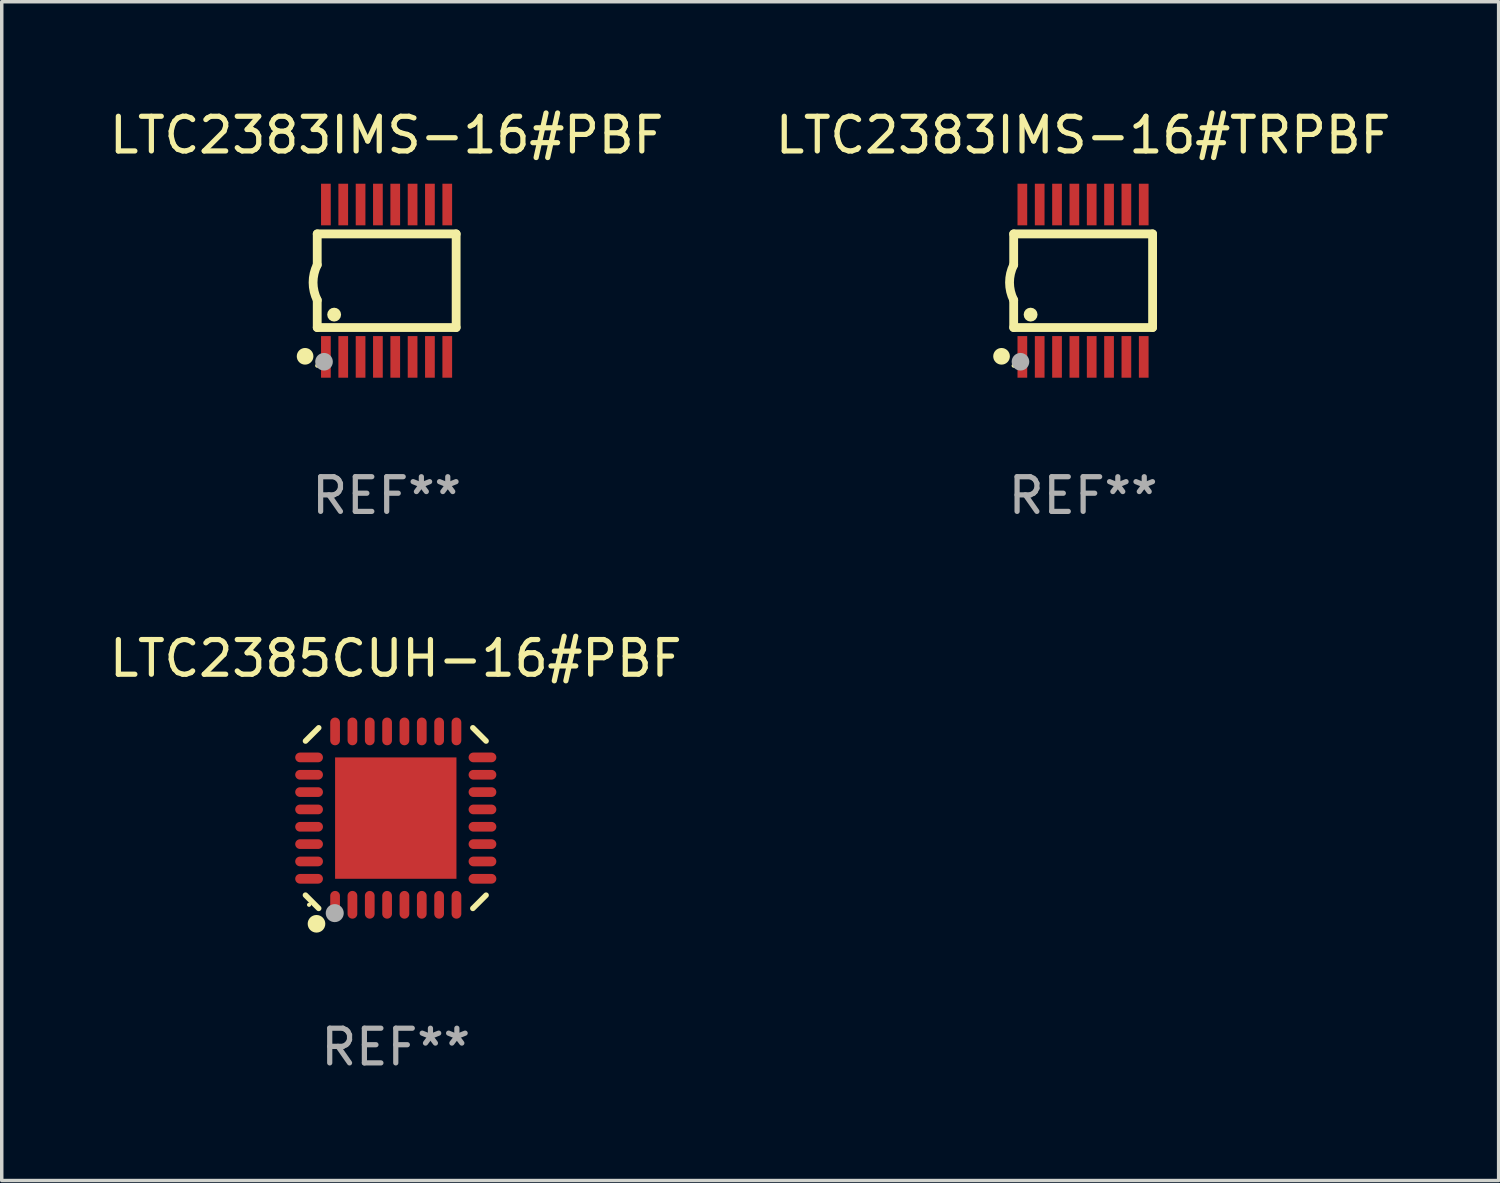
<source format=kicad_pcb>
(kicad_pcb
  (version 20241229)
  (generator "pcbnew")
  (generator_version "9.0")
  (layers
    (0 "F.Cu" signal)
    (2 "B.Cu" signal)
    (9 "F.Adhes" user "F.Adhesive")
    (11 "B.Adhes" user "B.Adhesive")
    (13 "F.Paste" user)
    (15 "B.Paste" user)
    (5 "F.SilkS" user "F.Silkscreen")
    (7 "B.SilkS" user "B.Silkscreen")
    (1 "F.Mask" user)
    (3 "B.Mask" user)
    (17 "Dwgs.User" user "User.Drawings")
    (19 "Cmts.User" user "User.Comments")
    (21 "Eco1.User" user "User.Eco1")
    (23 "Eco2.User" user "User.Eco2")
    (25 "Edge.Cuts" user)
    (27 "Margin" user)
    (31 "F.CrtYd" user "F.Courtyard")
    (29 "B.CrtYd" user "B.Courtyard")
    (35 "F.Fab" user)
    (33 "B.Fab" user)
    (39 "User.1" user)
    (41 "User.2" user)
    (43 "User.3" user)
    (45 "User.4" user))
  (footprint "LTC2383IMS-16#PBF"
    (layer "F.Cu")
    (at 8.101 5.045)
    (property "Reference" "LTC2383IMS-16#PBF" (at 0 -4.197 0) (layer "F.SilkS") (effects (font (size 1 1) (thickness 0.15))))
    (attr through_hole)
    (fp_line (start -2.003 -1.35) (end -2.003 -0.457) (stroke (width 0.254) (type solid)) (layer "F.SilkS"))
    (fp_line (start -2.003 -1.35) (end 2.003 -1.35) (stroke (width 0.254) (type solid)) (layer "F.SilkS"))
    (fp_line (start -2.003 1.35) (end -2.003 0.559) (stroke (width 0.254) (type solid)) (layer "F.SilkS"))
    (fp_line (start -2.003 1.35) (end 2.003 1.35) (stroke (width 0.254) (type solid)) (layer "F.SilkS"))
    (fp_line (start 2.003 -1.35) (end 2.003 1.35) (stroke (width 0.254) (type solid)) (layer "F.SilkS"))
    (fp_arc (start -2.002286 0.558802) (mid -2.122556 0.05092) (end -2.003302 -0.457201) (stroke (width 0.254001) (type solid)) (layer "F.SilkS"))
    (fp_circle (center -2.353 2.18) (end -2.233 2.18) (stroke (width 0.24) (type solid)) (fill no) (layer "F.SilkS"))
    (fp_circle (center -2.003 2.45) (end -1.973 2.45) (stroke (width 0.06) (type solid)) (fill no) (layer "F.SilkS"))
    (fp_circle (center -1.515 0.978) (end -1.415 0.978) (stroke (width 0.2) (type solid)) (fill no) (layer "F.SilkS"))
    (fp_circle (center -1.807 2.337) (end -1.68 2.337) (stroke (width 0.254) (type solid)) (fill no) (layer "F.Fab"))
    (fp_text user "REF**" (at 0 6.197 0) (layer "F.Fab") (effects (font (size 1 1) (thickness 0.15))))
    (pad "1" smd rect (at -1.753 2.197 90) (size 1.2 0.28) (layers "F.Cu" "F.Mask" "F.Paste"))
    (pad "2" smd rect (at -1.253 2.197 90) (size 1.2 0.28) (layers "F.Cu" "F.Mask" "F.Paste"))
    (pad "3" smd rect (at -0.753 2.197 90) (size 1.2 0.28) (layers "F.Cu" "F.Mask" "F.Paste"))
    (pad "4" smd rect (at -0.253 2.197 90) (size 1.2 0.28) (layers "F.Cu" "F.Mask" "F.Paste"))
    (pad "5" smd rect (at 0.247 2.197 90) (size 1.2 0.28) (layers "F.Cu" "F.Mask" "F.Paste"))
    (pad "6" smd rect (at 0.747 2.197 90) (size 1.2 0.28) (layers "F.Cu" "F.Mask" "F.Paste"))
    (pad "7" smd rect (at 1.247 2.197 90) (size 1.2 0.28) (layers "F.Cu" "F.Mask" "F.Paste"))
    (pad "8" smd rect (at 1.747 2.197 90) (size 1.2 0.28) (layers "F.Cu" "F.Mask" "F.Paste"))
    (pad "9" smd rect (at 1.747 -2.197 90) (size 1.2 0.28) (layers "F.Cu" "F.Mask" "F.Paste"))
    (pad "10" smd rect (at 1.247 -2.197 90) (size 1.2 0.28) (layers "F.Cu" "F.Mask" "F.Paste"))
    (pad "11" smd rect (at 0.747 -2.197 90) (size 1.2 0.28) (layers "F.Cu" "F.Mask" "F.Paste"))
    (pad "12" smd rect (at 0.247 -2.197 90) (size 1.2 0.28) (layers "F.Cu" "F.Mask" "F.Paste"))
    (pad "13" smd rect (at -0.253 -2.197 90) (size 1.2 0.28) (layers "F.Cu" "F.Mask" "F.Paste"))
    (pad "14" smd rect (at -0.753 -2.197 90) (size 1.2 0.28) (layers "F.Cu" "F.Mask" "F.Paste"))
    (pad "15" smd rect (at -1.253 -2.197 90) (size 1.2 0.28) (layers "F.Cu" "F.Mask" "F.Paste"))
    (pad "16" smd rect (at -1.753 -2.197 90) (size 1.2 0.28) (layers "F.Cu" "F.Mask" "F.Paste")))
  (footprint "LTC2383IMS-16#TRPBF"
    (layer "F.Cu")
    (at 28.185 5.045)
    (property "Reference" "LTC2383IMS-16#TRPBF" (at 0 -4.197 0) (layer "F.SilkS") (effects (font (size 1 1) (thickness 0.15))))
    (attr through_hole)
    (fp_line (start -2.003 -1.35) (end -2.003 -0.457) (stroke (width 0.254) (type solid)) (layer "F.SilkS"))
    (fp_line (start -2.003 -1.35) (end 2.003 -1.35) (stroke (width 0.254) (type solid)) (layer "F.SilkS"))
    (fp_line (start -2.003 1.35) (end -2.003 0.559) (stroke (width 0.254) (type solid)) (layer "F.SilkS"))
    (fp_line (start -2.003 1.35) (end 2.003 1.35) (stroke (width 0.254) (type solid)) (layer "F.SilkS"))
    (fp_line (start 2.003 -1.35) (end 2.003 1.35) (stroke (width 0.254) (type solid)) (layer "F.SilkS"))
    (fp_arc (start -2.002286 0.558802) (mid -2.122556 0.05092) (end -2.003302 -0.457201) (stroke (width 0.254001) (type solid)) (layer "F.SilkS"))
    (fp_circle (center -2.353 2.18) (end -2.233 2.18) (stroke (width 0.24) (type solid)) (fill no) (layer "F.SilkS"))
    (fp_circle (center -2.003 2.45) (end -1.973 2.45) (stroke (width 0.06) (type solid)) (fill no) (layer "F.SilkS"))
    (fp_circle (center -1.515 0.978) (end -1.415 0.978) (stroke (width 0.2) (type solid)) (fill no) (layer "F.SilkS"))
    (fp_circle (center -1.807 2.337) (end -1.68 2.337) (stroke (width 0.254) (type solid)) (fill no) (layer "F.Fab"))
    (fp_text user "REF**" (at 0 6.197 0) (layer "F.Fab") (effects (font (size 1 1) (thickness 0.15))))
    (pad "1" smd rect (at -1.753 2.197 90) (size 1.2 0.28) (layers "F.Cu" "F.Mask" "F.Paste"))
    (pad "2" smd rect (at -1.253 2.197 90) (size 1.2 0.28) (layers "F.Cu" "F.Mask" "F.Paste"))
    (pad "3" smd rect (at -0.753 2.197 90) (size 1.2 0.28) (layers "F.Cu" "F.Mask" "F.Paste"))
    (pad "4" smd rect (at -0.253 2.197 90) (size 1.2 0.28) (layers "F.Cu" "F.Mask" "F.Paste"))
    (pad "5" smd rect (at 0.247 2.197 90) (size 1.2 0.28) (layers "F.Cu" "F.Mask" "F.Paste"))
    (pad "6" smd rect (at 0.747 2.197 90) (size 1.2 0.28) (layers "F.Cu" "F.Mask" "F.Paste"))
    (pad "7" smd rect (at 1.247 2.197 90) (size 1.2 0.28) (layers "F.Cu" "F.Mask" "F.Paste"))
    (pad "8" smd rect (at 1.747 2.197 90) (size 1.2 0.28) (layers "F.Cu" "F.Mask" "F.Paste"))
    (pad "9" smd rect (at 1.747 -2.197 90) (size 1.2 0.28) (layers "F.Cu" "F.Mask" "F.Paste"))
    (pad "10" smd rect (at 1.247 -2.197 90) (size 1.2 0.28) (layers "F.Cu" "F.Mask" "F.Paste"))
    (pad "11" smd rect (at 0.747 -2.197 90) (size 1.2 0.28) (layers "F.Cu" "F.Mask" "F.Paste"))
    (pad "12" smd rect (at 0.247 -2.197 90) (size 1.2 0.28) (layers "F.Cu" "F.Mask" "F.Paste"))
    (pad "13" smd rect (at -0.253 -2.197 90) (size 1.2 0.28) (layers "F.Cu" "F.Mask" "F.Paste"))
    (pad "14" smd rect (at -0.753 -2.197 90) (size 1.2 0.28) (layers "F.Cu" "F.Mask" "F.Paste"))
    (pad "15" smd rect (at -1.253 -2.197 90) (size 1.2 0.28) (layers "F.Cu" "F.Mask" "F.Paste"))
    (pad "16" smd rect (at -1.753 -2.197 90) (size 1.2 0.28) (layers "F.Cu" "F.Mask" "F.Paste")))
  (footprint "LTC2385CUH-16#PBF"
    (layer "F.Cu")
    (at 8.363 20.542)
    (property "Reference" "LTC2385CUH-16#PBF" (at 0 -4.604 0) (layer "F.SilkS") (effects (font (size 1 1) (thickness 0.15))))
    (attr through_hole)
    (fp_line (start -2.223 2.603) (end -2.604 2.222) (stroke (width 0.16) (type solid)) (layer "F.SilkS"))
    (fp_line (start -2.222 -2.604) (end -2.603 -2.223) (stroke (width 0.16) (type solid)) (layer "F.SilkS"))
    (fp_line (start 2.223 -2.604) (end 2.604 -2.223) (stroke (width 0.16) (type solid)) (layer "F.SilkS"))
    (fp_line (start 2.604 2.223) (end 2.223 2.604) (stroke (width 0.16) (type solid)) (layer "F.SilkS"))
    (fp_circle (center -2.5 2.5) (end -2.47 2.5) (stroke (width 0.06) (type solid)) (fill no) (layer "F.SilkS"))
    (fp_circle (center -2.286 3.048) (end -2.159 3.048) (stroke (width 0.254) (type solid)) (fill no) (layer "F.SilkS"))
    (fp_circle (center -1.76 2.74) (end -1.63 2.74) (stroke (width 0.26) (type solid)) (fill no) (layer "F.Fab"))
    (fp_text user "REF**" (at 0 6.604 0) (layer "F.Fab") (effects (font (size 1 1) (thickness 0.15))))
    (pad "1" smd oval (at -1.75 2.5) (size 0.28 0.8) (layers "F.Cu" "F.Mask" "F.Paste"))
    (pad "2" smd oval (at -1.25 2.5) (size 0.28 0.8) (layers "F.Cu" "F.Mask" "F.Paste"))
    (pad "3" smd oval (at -0.75 2.5) (size 0.28 0.8) (layers "F.Cu" "F.Mask" "F.Paste"))
    (pad "4" smd oval (at -0.25 2.5) (size 0.28 0.8) (layers "F.Cu" "F.Mask" "F.Paste"))
    (pad "5" smd oval (at 0.25 2.5) (size 0.28 0.8) (layers "F.Cu" "F.Mask" "F.Paste"))
    (pad "6" smd oval (at 0.75 2.5) (size 0.28 0.8) (layers "F.Cu" "F.Mask" "F.Paste"))
    (pad "7" smd oval (at 1.25 2.5) (size 0.28 0.8) (layers "F.Cu" "F.Mask" "F.Paste"))
    (pad "8" smd oval (at 1.75 2.5) (size 0.28 0.8) (layers "F.Cu" "F.Mask" "F.Paste"))
    (pad "9" smd oval (at 2.5 1.75) (size 0.8 0.28) (layers "F.Cu" "F.Mask" "F.Paste"))
    (pad "10" smd oval (at 2.5 1.25) (size 0.8 0.28) (layers "F.Cu" "F.Mask" "F.Paste"))
    (pad "11" smd oval (at 2.5 0.75) (size 0.8 0.28) (layers "F.Cu" "F.Mask" "F.Paste"))
    (pad "12" smd oval (at 2.5 0.25) (size 0.8 0.28) (layers "F.Cu" "F.Mask" "F.Paste"))
    (pad "13" smd oval (at 2.5 -0.25) (size 0.8 0.28) (layers "F.Cu" "F.Mask" "F.Paste"))
    (pad "14" smd oval (at 2.5 -0.75) (size 0.8 0.28) (layers "F.Cu" "F.Mask" "F.Paste"))
    (pad "15" smd oval (at 2.5 -1.25) (size 0.8 0.28) (layers "F.Cu" "F.Mask" "F.Paste"))
    (pad "16" smd oval (at 2.5 -1.75) (size 0.8 0.28) (layers "F.Cu" "F.Mask" "F.Paste"))
    (pad "17" smd oval (at 1.75 -2.5) (size 0.28 0.8) (layers "F.Cu" "F.Mask" "F.Paste"))
    (pad "18" smd oval (at 1.25 -2.5) (size 0.28 0.8) (layers "F.Cu" "F.Mask" "F.Paste"))
    (pad "19" smd oval (at 0.75 -2.5) (size 0.28 0.8) (layers "F.Cu" "F.Mask" "F.Paste"))
    (pad "20" smd oval (at 0.25 -2.5) (size 0.28 0.8) (layers "F.Cu" "F.Mask" "F.Paste"))
    (pad "21" smd oval (at -0.25 -2.5) (size 0.28 0.8) (layers "F.Cu" "F.Mask" "F.Paste"))
    (pad "22" smd oval (at -0.75 -2.5) (size 0.28 0.8) (layers "F.Cu" "F.Mask" "F.Paste"))
    (pad "23" smd oval (at -1.25 -2.5) (size 0.28 0.8) (layers "F.Cu" "F.Mask" "F.Paste"))
    (pad "24" smd oval (at -1.75 -2.5) (size 0.28 0.8) (layers "F.Cu" "F.Mask" "F.Paste"))
    (pad "25" smd oval (at -2.5 -1.75) (size 0.8 0.28) (layers "F.Cu" "F.Mask" "F.Paste"))
    (pad "26" smd oval (at -2.5 -1.25) (size 0.8 0.28) (layers "F.Cu" "F.Mask" "F.Paste"))
    (pad "27" smd oval (at -2.5 -0.75) (size 0.8 0.28) (layers "F.Cu" "F.Mask" "F.Paste"))
    (pad "28" smd oval (at -2.5 -0.25) (size 0.8 0.28) (layers "F.Cu" "F.Mask" "F.Paste"))
    (pad "29" smd oval (at -2.5 0.25) (size 0.8 0.28) (layers "F.Cu" "F.Mask" "F.Paste"))
    (pad "30" smd oval (at -2.5 0.75) (size 0.8 0.28) (layers "F.Cu" "F.Mask" "F.Paste"))
    (pad "31" smd oval (at -2.5 1.25) (size 0.8 0.28) (layers "F.Cu" "F.Mask" "F.Paste"))
    (pad "32" smd oval (at -2.5 1.75) (size 0.8 0.28) (layers "F.Cu" "F.Mask" "F.Paste"))
    (pad "33" smd rect (at 0.000038 -0.000025) (size 3.5 3.5) (layers "F.Cu" "F.Mask" "F.Paste")))
  (gr_rect
    (start -3 -3)
    (end 40.167 30.994)
    (stroke (width 0.1) (type default))
    (fill no)
    (layer "Edge.Cuts")))
</source>
